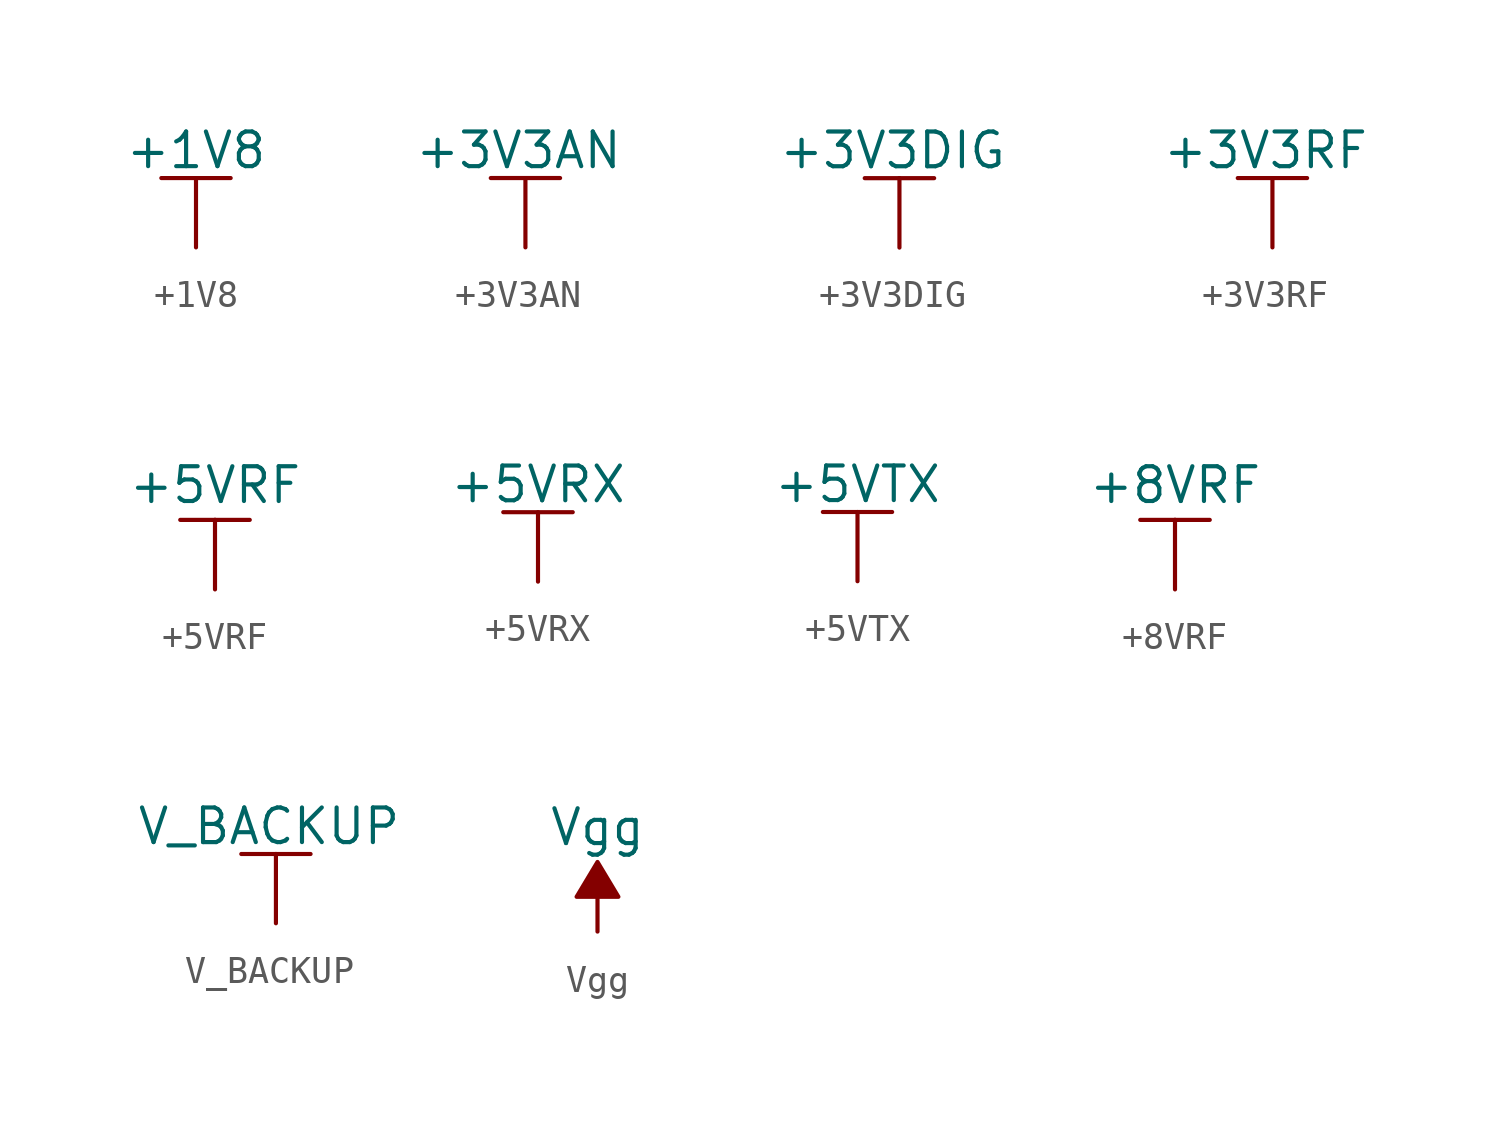
<source format=kicad_sym>
(kicad_symbol_lib
  (version 20211014)
  (generator kicad_symbol_editor)
  (symbol "+1V8"
    (power)
    (pin_names
      (offset 0))
    (property "Reference" "#PWR"
      (at 0 -3.81 0)
      (effects (font (size 1.27 1.27)) hide))
    (property "Value" "+1V8"
      (at 0 3.556 0)
      (effects (font (size 1.27 1.27))))
    (property "Footprint" ""
      (at 0 0 0)
      (effects (font (size 1.27 1.27))))
    (property "Datasheet" ""
      (at 0 0 0)
      (effects (font (size 1.27 1.27))))
    (symbol "+1V8_0_1"
      (polyline (pts (xy -1.27 2.54) (xy 1.27 2.54)) (stroke (width 0) (type default) (color 0 0 0 0)) (fill (type none)))
      (polyline (pts (xy 0 0) (xy 0 2.54)) (stroke (width 0) (type default) (color 0 0 0 0)) (fill (type none))))
    (symbol "+1V8_1_1"
      (pin power_in line (at 0 0 90) (length 0) hide (name "+1V8" (effects (font (size 1.27 1.27)))) (number "1" (effects (font (size 1.27 1.27)))))))
  (symbol "+3V3AN"
    (power)
    (pin_names
      (offset 0))
    (property "Reference" "#PWR"
      (at 0 -3.81 0)
      (effects (font (size 1.27 1.27)) hide))
    (property "Value" "+3V3AN"
      (at -0.254 3.556 0)
      (effects (font (size 1.27 1.27))))
    (property "Footprint" ""
      (at 0 0 0)
      (effects (font (size 1.27 1.27))))
    (property "Datasheet" ""
      (at 0 0 0)
      (effects (font (size 1.27 1.27))))
    (symbol "+3V3AN_0_1"
      (polyline (pts (xy -1.27 2.54) (xy 0 2.54)) (stroke (width 0) (type default) (color 0 0 0 0)) (fill (type none)))
      (polyline (pts (xy 0 0) (xy 0 2.54)) (stroke (width 0) (type default) (color 0 0 0 0)) (fill (type none)))
      (polyline (pts (xy 0 2.54) (xy 1.27 2.54)) (stroke (width 0) (type default) (color 0 0 0 0)) (fill (type none))))
    (symbol "+3V3AN_1_1"
      (pin power_in line (at 0 0 90) (length 0) hide (name "+3V3AN" (effects (font (size 1.27 1.27)))) (number "1" (effects (font (size 1.27 1.27)))))))
  (symbol "+3V3DIG"
    (power)
    (pin_names
      (offset 0))
    (property "Reference" "#PWR"
      (at 0 -3.81 0)
      (effects (font (size 1.27 1.27)) hide))
    (property "Value" "+3V3DIG"
      (at -0.254 3.556 0)
      (effects (font (size 1.27 1.27))))
    (property "Footprint" ""
      (at 0 0 0)
      (effects (font (size 1.27 1.27))))
    (property "Datasheet" ""
      (at 0 0 0)
      (effects (font (size 1.27 1.27))))
    (symbol "+3V3DIG_0_1"
      (polyline (pts (xy -1.27 2.54) (xy 0 2.54)) (stroke (width 0) (type default) (color 0 0 0 0)) (fill (type none)))
      (polyline (pts (xy 0 0) (xy 0 2.54)) (stroke (width 0) (type default) (color 0 0 0 0)) (fill (type none)))
      (polyline (pts (xy 0 2.54) (xy 1.27 2.54)) (stroke (width 0) (type default) (color 0 0 0 0)) (fill (type none))))
    (symbol "+3V3DIG_1_1"
      (pin power_in line (at 0 0 90) (length 0) hide (name "+3V3DIG" (effects (font (size 1.27 1.27)))) (number "1" (effects (font (size 1.27 1.27)))))))
  (symbol "+3V3RF"
    (power)
    (pin_names
      (offset 0))
    (property "Reference" "#PWR"
      (at 0 -3.81 0)
      (effects (font (size 1.27 1.27)) hide))
    (property "Value" "+3V3RF"
      (at -0.254 3.556 0)
      (effects (font (size 1.27 1.27))))
    (property "Footprint" ""
      (at 0 0 0)
      (effects (font (size 1.27 1.27))))
    (property "Datasheet" ""
      (at 0 0 0)
      (effects (font (size 1.27 1.27))))
    (symbol "+3V3RF_0_1"
      (polyline (pts (xy -1.27 2.54) (xy 0 2.54)) (stroke (width 0) (type default) (color 0 0 0 0)) (fill (type none)))
      (polyline (pts (xy 0 0) (xy 0 2.54)) (stroke (width 0) (type default) (color 0 0 0 0)) (fill (type none)))
      (polyline (pts (xy 0 2.54) (xy 1.27 2.54)) (stroke (width 0) (type default) (color 0 0 0 0)) (fill (type none))))
    (symbol "+3V3RF_1_1"
      (pin power_in line (at 0 0 90) (length 0) hide (name "+3V3RF" (effects (font (size 1.27 1.27)))) (number "1" (effects (font (size 1.27 1.27)))))))
  (symbol "+5VRF"
    (pin_names
      (offset 1.016))
    (property "Reference" "#PWR"
      (at 0 -1.27 0)
      (effects (font (size 1.27 1.27)) hide))
    (property "Value" "+5VRF"
      (at 0 3.81 0)
      (effects (font (size 1.27 1.27))))
    (symbol "+5VRF_1_1"
      (polyline (pts (xy -1.27 2.54) (xy 0 2.54)) (stroke (width 0) (type default) (color 0 0 0 0)) (fill (type none)))
      (polyline (pts (xy 0 0) (xy 0 2.54)) (stroke (width 0) (type default) (color 0 0 0 0)) (fill (type none)))
      (polyline (pts (xy 0 2.54) (xy 1.27 2.54)) (stroke (width 0) (type default) (color 0 0 0 0)) (fill (type none)))
      (pin power_in line (at 0 0 90) (length 0) hide (name "+5VRF" (effects (font (size 1.27 1.27)))) (number "1" (effects (font (size 1.27 1.27)))))))
  (symbol "+5VRX"
    (power)
    (pin_names
      (offset 0))
    (property "Reference" "#PWR"
      (at 0 -3.81 0)
      (effects (font (size 1.27 1.27)) hide))
    (property "Value" "+5VRX"
      (at 0 3.556 0)
      (effects (font (size 1.27 1.27))))
    (property "Footprint" ""
      (at 0 0 0)
      (effects (font (size 1.27 1.27))))
    (property "Datasheet" ""
      (at 0 0 0)
      (effects (font (size 1.27 1.27))))
    (symbol "+5VRX_0_1"
      (polyline (pts (xy 0 0) (xy 0 2.54)) (stroke (width 0) (type default) (color 0 0 0 0)) (fill (type none)))
      (polyline (pts (xy 1.27 2.54) (xy -1.27 2.54)) (stroke (width 0) (type default) (color 0 0 0 0)) (fill (type none))))
    (symbol "+5VRX_1_1"
      (pin power_in line (at 0 0 90) (length 0) hide (name "+5VRX" (effects (font (size 1.27 1.27)))) (number "1" (effects (font (size 1.27 1.27)))))))
  (symbol "+5VTX"
    (power)
    (pin_names
      (offset 0))
    (property "Reference" "#PWR"
      (at 0 -3.81 0)
      (effects (font (size 1.27 1.27)) hide))
    (property "Value" "+5VTX"
      (at 0 3.556 0)
      (effects (font (size 1.27 1.27))))
    (property "Footprint" ""
      (at 0 0 0)
      (effects (font (size 1.27 1.27))))
    (property "Datasheet" ""
      (at 0 0 0)
      (effects (font (size 1.27 1.27))))
    (symbol "+5VTX_0_1"
      (polyline (pts (xy 0 0) (xy 0 2.54)) (stroke (width 0) (type default) (color 0 0 0 0)) (fill (type none)))
      (polyline (pts (xy 1.27 2.54) (xy -1.27 2.54)) (stroke (width 0) (type default) (color 0 0 0 0)) (fill (type none))))
    (symbol "+5VTX_1_1"
      (pin power_in line (at 0 0 90) (length 0) hide (name "+5VTX" (effects (font (size 1.27 1.27)))) (number "1" (effects (font (size 1.27 1.27)))))))
  (symbol "+8VRF"
    (pin_names
      (offset 1.016))
    (property "Reference" "#PWR"
      (at 0 -1.27 0)
      (effects (font (size 1.27 1.27)) hide))
    (property "Value" "+8VRF"
      (at 0 3.81 0)
      (effects (font (size 1.27 1.27))))
    (symbol "+8VRF_1_1"
      (polyline (pts (xy -1.27 2.54) (xy 0 2.54)) (stroke (width 0) (type default) (color 0 0 0 0)) (fill (type none)))
      (polyline (pts (xy 0 0) (xy 0 2.54)) (stroke (width 0) (type default) (color 0 0 0 0)) (fill (type none)))
      (polyline (pts (xy 0 2.54) (xy 1.27 2.54)) (stroke (width 0) (type default) (color 0 0 0 0)) (fill (type none)))
      (pin power_in line (at 0 0 90) (length 0) hide (name "+8VRF" (effects (font (size 1.27 1.27)))) (number "1" (effects (font (size 1.27 1.27)))))))
  (symbol "V_BACKUP"
    (power)
    (pin_names
      (offset 0))
    (property "Reference" "#PWR"
      (at 0 -3.81 0)
      (effects (font (size 1.27 1.27)) hide))
    (property "Value" "V_BACKUP"
      (at -0.254 3.556 0)
      (effects (font (size 1.27 1.27))))
    (property "Footprint" ""
      (at 0 0 0)
      (effects (font (size 1.27 1.27))))
    (property "Datasheet" ""
      (at 0 0 0)
      (effects (font (size 1.27 1.27))))
    (symbol "V_BACKUP_0_1"
      (polyline (pts (xy -1.27 2.54) (xy 0 2.54)) (stroke (width 0) (type default) (color 0 0 0 0)) (fill (type none)))
      (polyline (pts (xy 0 0) (xy 0 2.54)) (stroke (width 0) (type default) (color 0 0 0 0)) (fill (type none)))
      (polyline (pts (xy 0 2.54) (xy 1.27 2.54)) (stroke (width 0) (type default) (color 0 0 0 0)) (fill (type none))))
    (symbol "V_BACKUP_1_1"
      (pin power_in line (at 0 0 90) (length 0) hide (name "V_BACKUP" (effects (font (size 1.27 1.27)))) (number "1" (effects (font (size 1.27 1.27)))))))
  (symbol "Vgg"
    (pin_names
      (offset 0))
    (property "Reference" "#PWR"
      (at 0 2.54 0)
      (effects (font (size 1.27 1.27)) hide))
    (property "Value" "Vgg"
      (at 0 3.81 0)
      (effects (font (size 1.27 1.27))))
    (property "Footprint" ""
      (at 0 0 0)
      (effects (font (size 1.27 1.27))))
    (property "Datasheet" ""
      (at 0 0 0)
      (effects (font (size 1.27 1.27))))
    (symbol "Vgg_0_0"
      (pin power_in line (at 0 0 90) (length 0) hide (name "Vgg" (effects (font (size 1.27 1.27)))) (number "1" (effects (font (size 1.27 1.27))))))
    (symbol "Vgg_0_1"
      (polyline (pts (xy 0 0) (xy 0 1.27) (xy 0.762 1.27) (xy 0 2.54) (xy -0.762 1.27) (xy 0 1.27)) (stroke (width 0) (type default) (color 0 0 0 0)) (fill (type outline))))))
</source>
